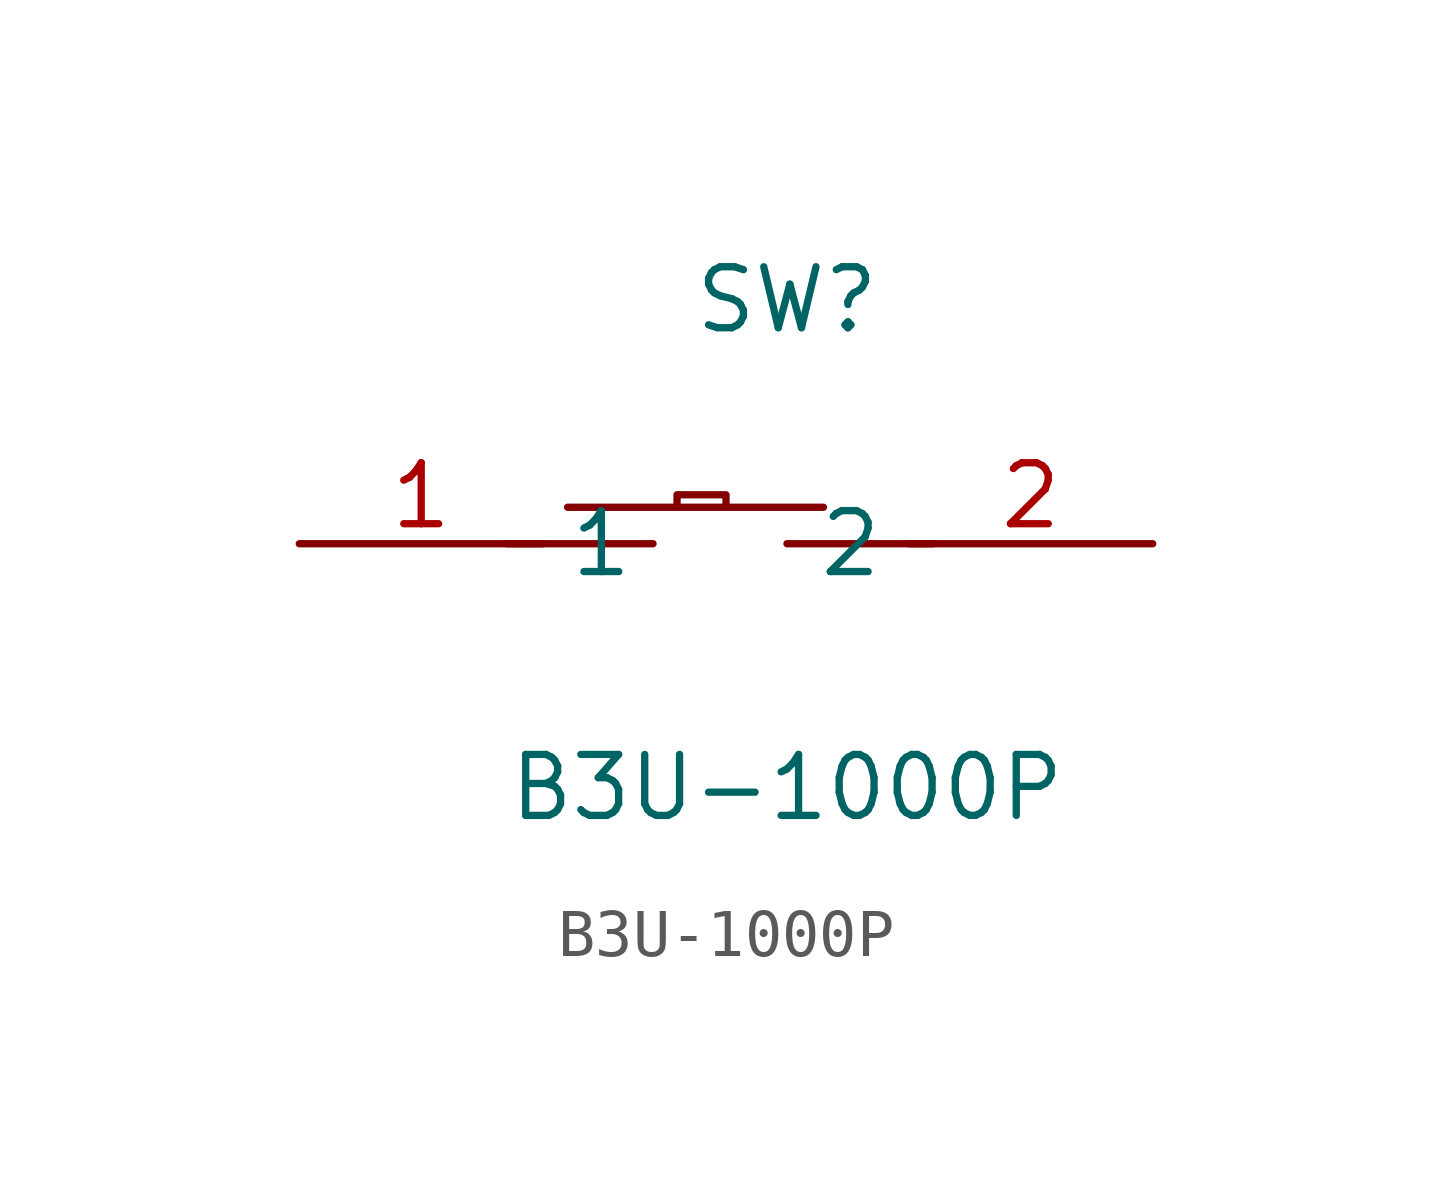
<source format=kicad_sym>
(kicad_symbol_lib
  (version 20211014)
  (generator https://github.com/uPesy/easyeda2kicad.py)
  (symbol "B3U-1000P"
    (property "Reference" "SW"
      (at 0 5.08 0)
      (effects (font (size 1.27 1.27))))
    (property "Value" "B3U-1000P"
      (at 0 -5.08 0)
      (effects (font (size 1.27 1.27))))
    (symbol "B3U-1000P_0_1"
      (polyline (pts (xy 0.00 -0.00) (xy 3.05 -0.00)) (stroke (width 0) (type default) (color 0 0 0 0)) (fill (type none)))
      (polyline (pts (xy -5.84 -0.00) (xy -2.79 -0.00)) (stroke (width 0) (type default) (color 0 0 0 0)) (fill (type none)))
      (polyline (pts (xy -4.57 0.76) (xy 0.76 0.76)) (stroke (width 0) (type default) (color 0 0 0 0)) (fill (type none)))
      (polyline (pts (xy -2.29 0.76) (xy -2.29 1.02) (xy -1.27 1.02) (xy -1.27 0.76)) (stroke (width 0) (type default) (color 0 0 0 0)) (fill (type none)))
      (pin unspecified line (at -10.16 -0.00 0) (length 5.08) (name "1" (effects (font (size 1.27 1.27)))) (number "1" (effects (font (size 1.27 1.27)))))
      (pin unspecified line (at 7.62 -0.00 180) (length 5.08) (name "2" (effects (font (size 1.27 1.27)))) (number "2" (effects (font (size 1.27 1.27))))))))
</source>
